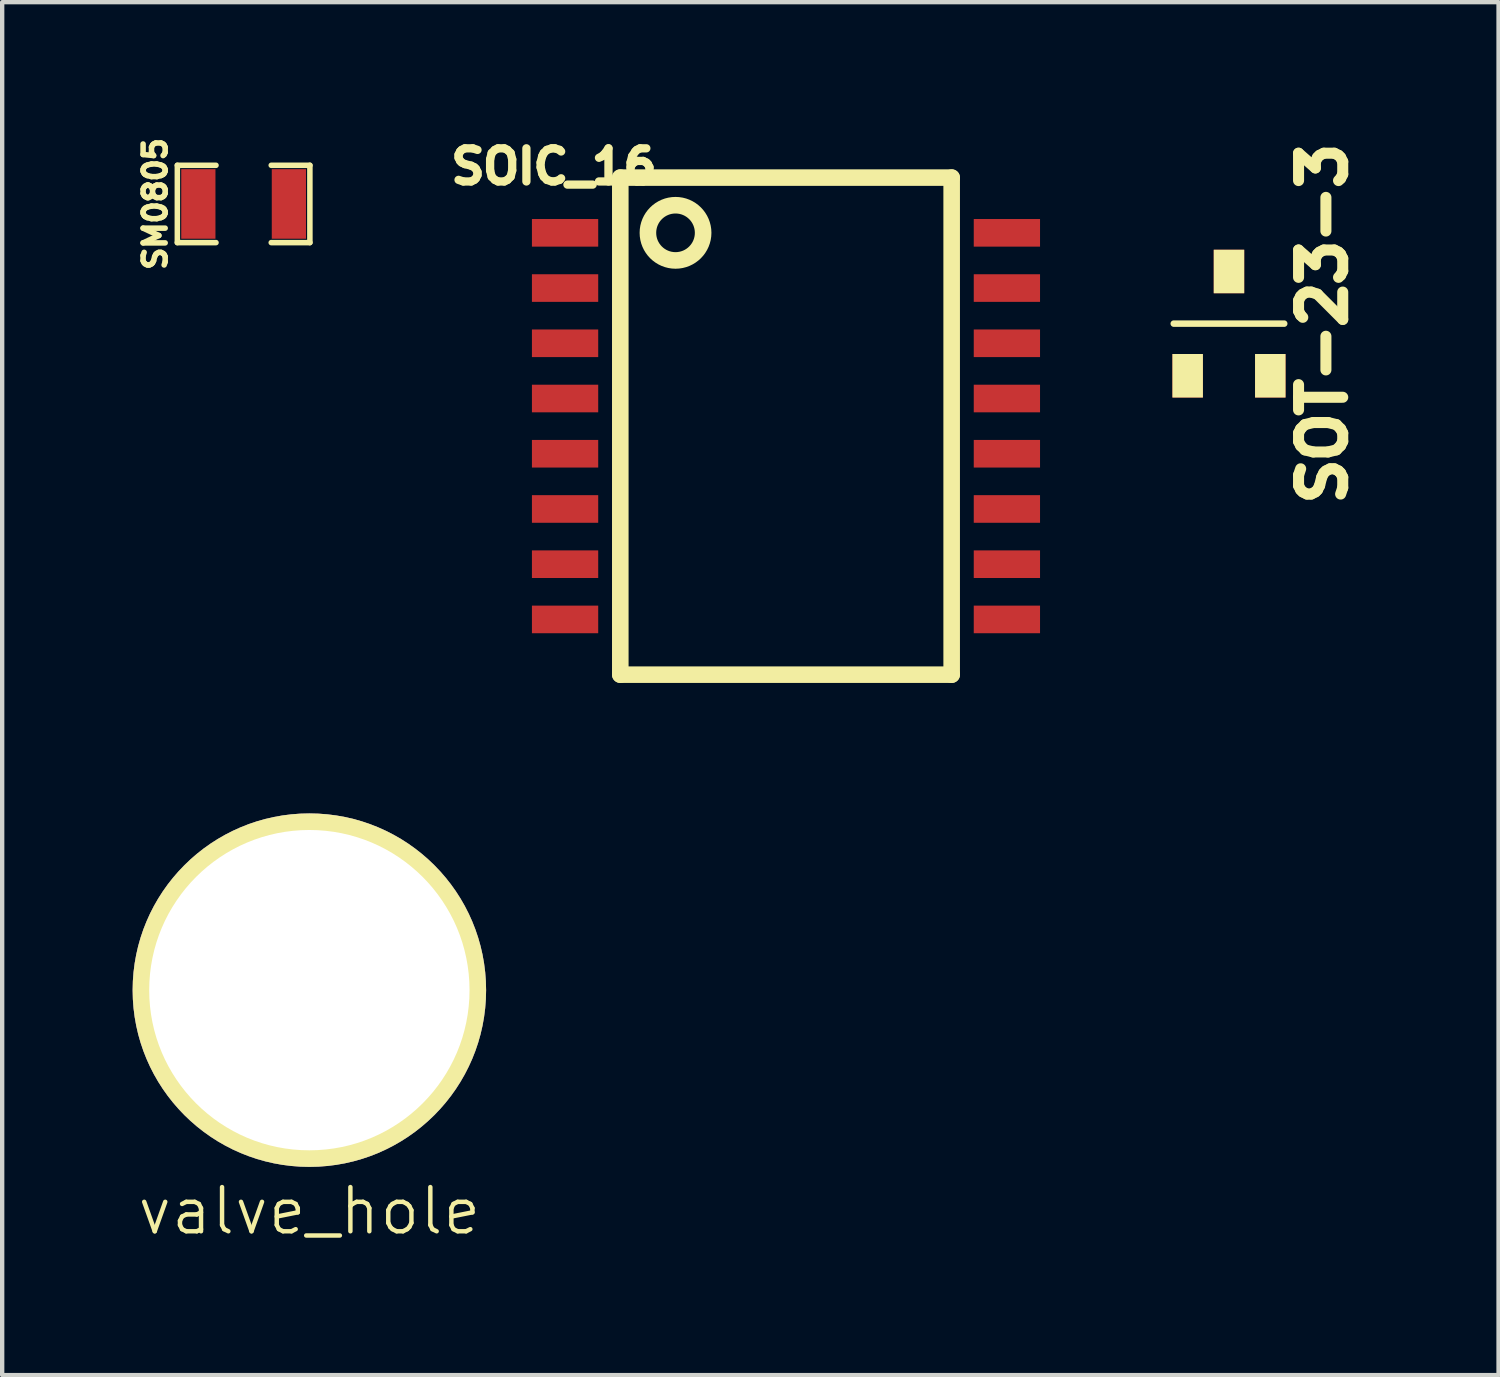
<source format=kicad_pcb>
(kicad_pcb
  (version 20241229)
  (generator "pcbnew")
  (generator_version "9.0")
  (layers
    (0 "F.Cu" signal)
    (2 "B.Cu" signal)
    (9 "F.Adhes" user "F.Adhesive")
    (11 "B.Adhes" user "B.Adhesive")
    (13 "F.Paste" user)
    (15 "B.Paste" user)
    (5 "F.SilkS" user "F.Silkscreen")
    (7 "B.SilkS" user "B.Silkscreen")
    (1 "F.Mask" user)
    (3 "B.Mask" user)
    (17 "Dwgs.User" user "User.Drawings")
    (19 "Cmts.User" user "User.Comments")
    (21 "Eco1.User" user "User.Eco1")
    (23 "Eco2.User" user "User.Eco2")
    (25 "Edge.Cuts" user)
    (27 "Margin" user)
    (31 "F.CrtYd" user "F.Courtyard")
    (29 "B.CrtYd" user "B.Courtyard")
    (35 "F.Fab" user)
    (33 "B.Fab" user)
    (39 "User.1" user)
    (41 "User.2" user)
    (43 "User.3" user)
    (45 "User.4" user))
  (footprint "SOT-23-3"
    (layer "F.Cu")
    (at 25.211 4.392)
    (property "Reference" "SOT-23-3" (at 2.159 0 90) (layer "F.SilkS") (effects (font (size 1.016 1.016) (thickness 0.254))))
    (attr through_hole)
    (fp_line (start -1.27 0) (end 1.27 0) (stroke (width 0.15) (type solid)) (layer "F.SilkS"))
    (pad "1" smd rect (at -0.95 1.199) (size 0.701 1.001) (layers "F.Cu" "F.Mask" "F.SilkS"))
    (pad "2" smd rect (at 0.95 1.199) (size 0.701 1.001) (layers "F.Cu" "F.Mask" "F.SilkS"))
    (pad "3" smd rect (at 0 -1.199) (size 0.701 1.001) (layers "F.Cu" "F.Mask" "F.SilkS")))
  (footprint "SM0805"
    (layer "F.Cu")
    (at 2.552 1.64)
    (property "Reference" "SM0805" (at -2.032 0 90) (layer "F.SilkS") (effects (font (size 0.508 0.508) (thickness 0.127))))
    (attr smd)
    (fp_line (start -1.524 -0.889) (end -1.524 0.889) (stroke (width 0.127) (type solid)) (layer "F.SilkS"))
    (fp_line (start -1.524 0.889) (end -0.635 0.889) (stroke (width 0.127) (type solid)) (layer "F.SilkS"))
    (fp_line (start -0.635 -0.889) (end -1.524 -0.889) (stroke (width 0.127) (type solid)) (layer "F.SilkS"))
    (fp_line (start 0.635 -0.889) (end 1.524 -0.889) (stroke (width 0.127) (type solid)) (layer "F.SilkS"))
    (fp_line (start 1.524 -0.889) (end 1.524 0.889) (stroke (width 0.127) (type solid)) (layer "F.SilkS"))
    (fp_line (start 1.524 0.889) (end 0.635 0.889) (stroke (width 0.127) (type solid)) (layer "F.SilkS"))
    (pad "1" smd rect (at -1.041 0) (size 0.787 1.6) (layers "F.Cu" "F.Mask" "F.Paste"))
    (pad "2" smd rect (at 1.041 0) (size 0.787 1.6) (layers "F.Cu" "F.Mask" "F.Paste")))
  (footprint "SOIC_16"
    (layer "F.Cu")
    (at 15.024 6.114)
    (property "Reference" "SOIC_16" (at -5.334 -5.334 0) (layer "F.SilkS") (effects (font (size 0.762 0.762) (thickness 0.191))))
    (attr through_hole)
    (fp_line (start -3.81 -5.08) (end -3.81 6.35) (stroke (width 0.381) (type solid)) (layer "F.SilkS"))
    (fp_line (start -3.81 6.35) (end 3.81 6.35) (stroke (width 0.381) (type solid)) (layer "F.SilkS"))
    (fp_line (start 3.81 -5.08) (end -3.81 -5.08) (stroke (width 0.381) (type solid)) (layer "F.SilkS"))
    (fp_line (start 3.81 6.35) (end 3.81 -5.08) (stroke (width 0.381) (type solid)) (layer "F.SilkS"))
    (fp_circle (center -2.54 -3.81) (end -2.54 -4.445) (stroke (width 0.381) (type solid)) (fill no) (layer "F.SilkS"))
    (pad "1" smd rect (at -5.08 -3.81) (size 1.524 0.635) (layers "F.Cu" "F.Mask" "F.Paste"))
    (pad "2" smd rect (at -5.08 -2.54) (size 1.524 0.635) (layers "F.Cu" "F.Mask" "F.Paste"))
    (pad "3" smd rect (at -5.08 -1.27) (size 1.524 0.635) (layers "F.Cu" "F.Mask" "F.Paste"))
    (pad "4" smd rect (at -5.08 0) (size 1.524 0.635) (layers "F.Cu" "F.Mask" "F.Paste"))
    (pad "5" smd rect (at -5.08 1.27) (size 1.524 0.635) (layers "F.Cu" "F.Mask" "F.Paste"))
    (pad "6" smd rect (at -5.08 2.54) (size 1.524 0.635) (layers "F.Cu" "F.Mask" "F.Paste"))
    (pad "7" smd rect (at -5.08 3.81) (size 1.524 0.635) (layers "F.Cu" "F.Mask" "F.Paste"))
    (pad "8" smd rect (at -5.08 5.08) (size 1.524 0.635) (layers "F.Cu" "F.Mask" "F.Paste"))
    (pad "9" smd rect (at 5.08 5.08) (size 1.524 0.635) (layers "F.Cu" "F.Mask" "F.Paste"))
    (pad "10" smd rect (at 5.08 3.81) (size 1.524 0.635) (layers "F.Cu" "F.Mask" "F.Paste"))
    (pad "11" smd rect (at 5.08 2.54) (size 1.524 0.635) (layers "F.Cu" "F.Mask" "F.Paste"))
    (pad "12" smd rect (at 5.08 1.27) (size 1.524 0.635) (layers "F.Cu" "F.Mask" "F.Paste"))
    (pad "13" smd rect (at 5.08 0) (size 1.524 0.635) (layers "F.Cu" "F.Mask" "F.Paste"))
    (pad "14" smd rect (at 5.08 -1.27) (size 1.524 0.635) (layers "F.Cu" "F.Mask" "F.Paste"))
    (pad "15" smd rect (at 5.08 -2.54) (size 1.524 0.635) (layers "F.Cu" "F.Mask" "F.Paste"))
    (pad "16" smd rect (at 5.08 -3.81) (size 1.524 0.635) (layers "F.Cu" "F.Mask" "F.Paste")))
  (footprint "valve_hole"
    (layer "F.Cu")
    (at 4.064 19.719)
    (property "Reference" "valve_hole" (at 0 5.08 0) (layer "F.SilkS") (effects (font (size 1.016 1.016) (thickness 0.102))))
    (attr through_hole)
    (pad "" thru_hole circle (at 0 0) (size 8.128 8.128) (drill 7.366) (layers "*.Cu" "*.Mask" "F.SilkS")))
  (gr_rect
    (start -3 -3)
    (end 31.41 28.571)
    (stroke (width 0.1) (type default))
    (fill no)
    (layer "Edge.Cuts")))
</source>
